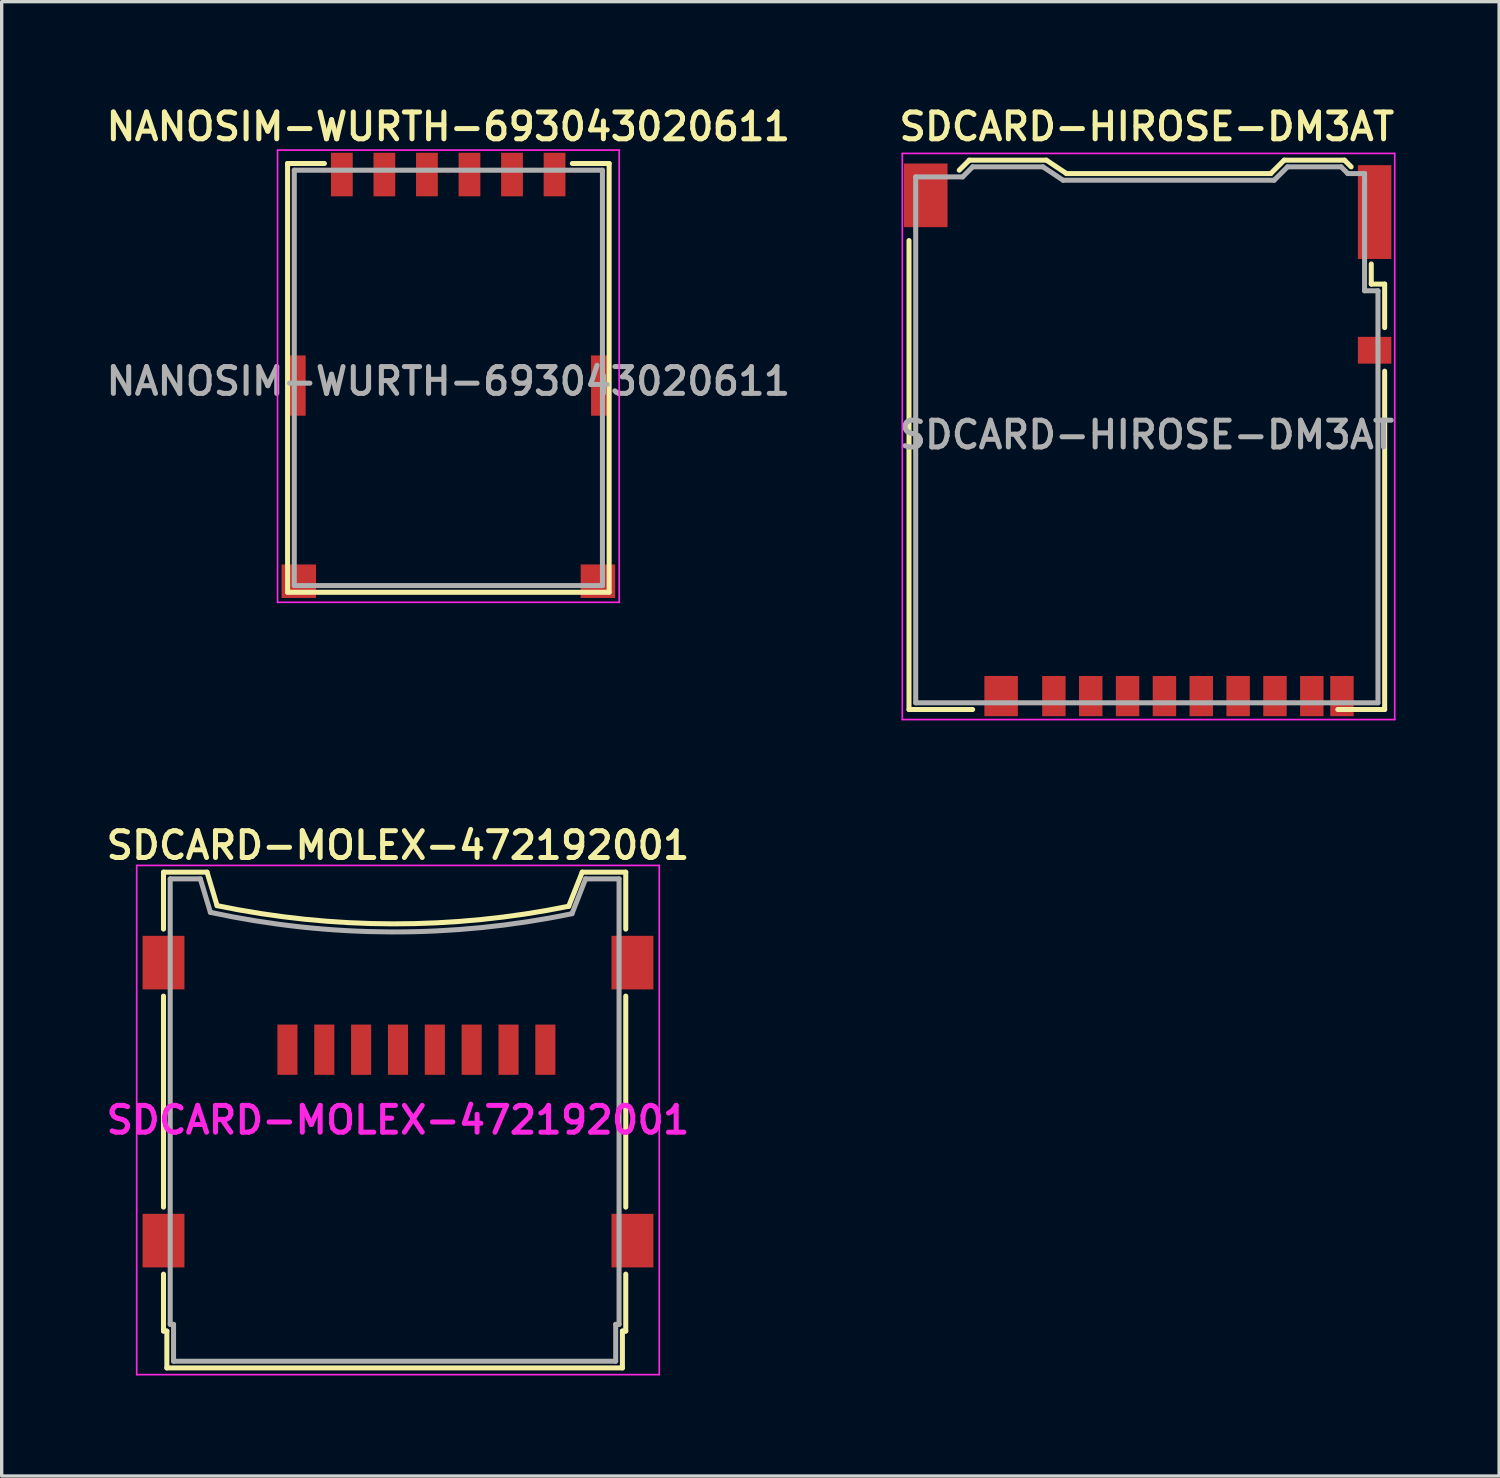
<source format=kicad_pcb>
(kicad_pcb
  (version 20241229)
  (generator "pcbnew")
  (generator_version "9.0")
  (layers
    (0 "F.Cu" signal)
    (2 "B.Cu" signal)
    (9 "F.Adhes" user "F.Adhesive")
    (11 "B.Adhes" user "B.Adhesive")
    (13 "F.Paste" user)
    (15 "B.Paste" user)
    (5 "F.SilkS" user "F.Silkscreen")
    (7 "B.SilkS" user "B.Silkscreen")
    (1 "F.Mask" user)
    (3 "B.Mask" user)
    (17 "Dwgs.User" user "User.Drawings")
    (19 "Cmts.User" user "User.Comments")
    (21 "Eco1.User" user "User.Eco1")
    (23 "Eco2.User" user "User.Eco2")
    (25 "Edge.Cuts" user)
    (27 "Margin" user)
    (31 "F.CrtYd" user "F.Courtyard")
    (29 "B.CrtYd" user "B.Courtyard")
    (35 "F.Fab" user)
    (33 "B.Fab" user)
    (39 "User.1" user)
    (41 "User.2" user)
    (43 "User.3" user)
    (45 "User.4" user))
  (footprint "SDCARD-HIROSE-DM3AT"
    (layer "F.Cu")
    (at 31.187 9.931)
    (property "Reference" "SDCARD-HIROSE-DM3AT" (at 0 -9.2 0) (layer "F.SilkS") (effects (font (size 0.8 0.8) (thickness 0.15))))
    (attr through_hole)
    (fp_line (start -7.1 8.2) (end -7.1 -5.8) (stroke (width 0.15) (type solid)) (layer "F.SilkS"))
    (fp_line (start -7.1 8.2) (end -5.2 8.2) (stroke (width 0.15) (type solid)) (layer "F.SilkS"))
    (fp_line (start -5.3 -8.2) (end -5.6 -7.9) (stroke (width 0.15) (type solid)) (layer "F.SilkS"))
    (fp_line (start -5.3 -8.2) (end -3 -8.2) (stroke (width 0.15) (type solid)) (layer "F.SilkS"))
    (fp_line (start -3 -8.2) (end -2.4 -7.8) (stroke (width 0.15) (type solid)) (layer "F.SilkS"))
    (fp_line (start -2.4 -7.8) (end 3.7 -7.8) (stroke (width 0.15) (type solid)) (layer "F.SilkS"))
    (fp_line (start 3.7 -7.8) (end 4.1 -8.2) (stroke (width 0.15) (type solid)) (layer "F.SilkS"))
    (fp_line (start 4.1 -8.2) (end 5.9 -8.2) (stroke (width 0.15) (type solid)) (layer "F.SilkS"))
    (fp_line (start 5.7 8.2) (end 7.1 8.2) (stroke (width 0.15) (type solid)) (layer "F.SilkS"))
    (fp_line (start 5.9 -8.2) (end 6.1 -8) (stroke (width 0.15) (type solid)) (layer "F.SilkS"))
    (fp_line (start 6.7 -4.5) (end 6.7 -5.1) (stroke (width 0.15) (type solid)) (layer "F.SilkS"))
    (fp_line (start 7.1 -4.5) (end 6.7 -4.5) (stroke (width 0.15) (type solid)) (layer "F.SilkS"))
    (fp_line (start 7.1 -3.2) (end 7.1 -4.5) (stroke (width 0.15) (type solid)) (layer "F.SilkS"))
    (fp_line (start 7.1 -1.9) (end 7.1 8.2) (stroke (width 0.15) (type solid)) (layer "F.SilkS"))
    (fp_line (start -7.3 -8.4) (end 7.4 -8.4) (stroke (width 0.05) (type solid)) (layer "F.CrtYd"))
    (fp_line (start -7.3 8.5) (end -7.3 -8.4) (stroke (width 0.05) (type solid)) (layer "F.CrtYd"))
    (fp_line (start 7.4 -8.4) (end 7.4 8.5) (stroke (width 0.05) (type solid)) (layer "F.CrtYd"))
    (fp_line (start 7.4 8.5) (end -7.3 8.5) (stroke (width 0.05) (type solid)) (layer "F.CrtYd"))
    (fp_line (start -6.9 8) (end -6.9 -7.7) (stroke (width 0.15) (type solid)) (layer "F.Fab"))
    (fp_line (start -5.5 -7.7) (end -6.9 -7.7) (stroke (width 0.15) (type solid)) (layer "F.Fab"))
    (fp_line (start -5.2 -8) (end -5.5 -7.7) (stroke (width 0.15) (type solid)) (layer "F.Fab"))
    (fp_line (start -5.2 -8) (end -3.1 -8) (stroke (width 0.15) (type solid)) (layer "F.Fab"))
    (fp_line (start -3.1 -8) (end -2.5 -7.6) (stroke (width 0.15) (type solid)) (layer "F.Fab"))
    (fp_line (start -2.5 -7.6) (end 3.8 -7.6) (stroke (width 0.15) (type solid)) (layer "F.Fab"))
    (fp_line (start 3.8 -7.6) (end 4.2 -8) (stroke (width 0.15) (type solid)) (layer "F.Fab"))
    (fp_line (start 4.2 -8) (end 5.8 -8) (stroke (width 0.15) (type solid)) (layer "F.Fab"))
    (fp_line (start 5.8 -8) (end 6 -7.8) (stroke (width 0.15) (type solid)) (layer "F.Fab"))
    (fp_line (start 6 -7.8) (end 6.5 -7.8) (stroke (width 0.15) (type solid)) (layer "F.Fab"))
    (fp_line (start 6.5 -4.3) (end 6.5 -7.8) (stroke (width 0.15) (type solid)) (layer "F.Fab"))
    (fp_line (start 6.9 -4.3) (end 6.5 -4.3) (stroke (width 0.15) (type solid)) (layer "F.Fab"))
    (fp_line (start 6.9 8) (end -6.9 8) (stroke (width 0.15) (type solid)) (layer "F.Fab"))
    (fp_line (start 6.9 8) (end 6.9 -4.3) (stroke (width 0.15) (type solid)) (layer "F.Fab"))
    (fp_text user "${REFERENCE}" (at 0 0 0) (layer "F.Fab") (effects (font (size 0.8 0.8) (thickness 0.15))))
    (pad "" smd rect (at -6.6 -7.15) (size 1.3 1.9) (layers "F.Cu" "F.Mask" "F.Paste"))
    (pad "" smd rect (at -4.35 7.8) (size 1 1.2) (layers "F.Cu" "F.Mask" "F.Paste"))
    (pad "" smd rect (at 6.8 -6.65) (size 1 2.8) (layers "F.Cu" "F.Mask" "F.Paste"))
    (pad "1" smd rect (at -2.775 7.8) (size 0.7 1.2) (layers "F.Cu" "F.Mask" "F.Paste"))
    (pad "2" smd rect (at -1.675 7.8) (size 0.7 1.2) (layers "F.Cu" "F.Mask" "F.Paste"))
    (pad "3" smd rect (at -0.575 7.8) (size 0.7 1.2) (layers "F.Cu" "F.Mask" "F.Paste"))
    (pad "4" smd rect (at 0.525 7.8) (size 0.7 1.2) (layers "F.Cu" "F.Mask" "F.Paste"))
    (pad "5" smd rect (at 1.625 7.8) (size 0.7 1.2) (layers "F.Cu" "F.Mask" "F.Paste"))
    (pad "6" smd rect (at 2.725 7.8) (size 0.7 1.2) (layers "F.Cu" "F.Mask" "F.Paste"))
    (pad "7" smd rect (at 3.825 7.8) (size 0.7 1.2) (layers "F.Cu" "F.Mask" "F.Paste"))
    (pad "8" smd rect (at 4.925 7.8) (size 0.7 1.2) (layers "F.Cu" "F.Mask" "F.Paste"))
    (pad "9" smd rect (at 5.825 7.8) (size 0.7 1.2) (layers "F.Cu" "F.Mask" "F.Paste"))
    (pad "10" smd rect (at 6.8 -2.525) (size 1 0.8) (layers "F.Cu" "F.Mask" "F.Paste")))
  (footprint "SDCARD-MOLEX-472192001"
    (layer "F.Cu")
    (at 8.831 30.387)
    (property "Reference" "SDCARD-MOLEX-472192001" (at 0 -8.2 0) (layer "F.SilkS") (effects (font (size 0.8 0.8) (thickness 0.15))))
    (attr through_hole)
    (fp_line (start -7 -7.4) (end -7 -5.7) (stroke (width 0.15) (type solid)) (layer "F.SilkS"))
    (fp_line (start -7 -7.4) (end -5.7 -7.4) (stroke (width 0.15) (type solid)) (layer "F.SilkS"))
    (fp_line (start -7 -3.7) (end -7 2.6) (stroke (width 0.15) (type solid)) (layer "F.SilkS"))
    (fp_line (start -7 4.6) (end -7 6.3) (stroke (width 0.15) (type solid)) (layer "F.SilkS"))
    (fp_line (start -7 6.3) (end -6.9 6.3) (stroke (width 0.15) (type solid)) (layer "F.SilkS"))
    (fp_line (start -6.9 6.3) (end -6.9 7.4) (stroke (width 0.15) (type solid)) (layer "F.SilkS"))
    (fp_line (start -6.9 7.4) (end 6.7 7.4) (stroke (width 0.15) (type solid)) (layer "F.SilkS"))
    (fp_line (start -5.7 -7.4) (end -5.4 -6.4) (stroke (width 0.15) (type solid)) (layer "F.SilkS"))
    (fp_line (start 5.5 -7.4) (end 5.096 -6.382) (stroke (width 0.15) (type solid)) (layer "F.SilkS"))
    (fp_line (start 5.5 -7.4) (end 6.8 -7.4) (stroke (width 0.15) (type solid)) (layer "F.SilkS"))
    (fp_line (start 6.7 6.3) (end 6.7 7.4) (stroke (width 0.15) (type solid)) (layer "F.SilkS"))
    (fp_line (start 6.7 6.3) (end 6.8 6.3) (stroke (width 0.15) (type solid)) (layer "F.SilkS"))
    (fp_line (start 6.8 -7.4) (end 6.8 -5.7) (stroke (width 0.15) (type solid)) (layer "F.SilkS"))
    (fp_line (start 6.8 -3.7) (end 6.8 2.6) (stroke (width 0.15) (type solid)) (layer "F.SilkS"))
    (fp_line (start 6.8 4.6) (end 6.8 6.3) (stroke (width 0.15) (type solid)) (layer "F.SilkS"))
    (fp_arc (start 5.095567 -6.381862) (mid -0.15314 -5.856732) (end -5.4 -6.4) (stroke (width 0.15) (type solid)) (layer "F.SilkS"))
    (fp_line (start -7.8 -7.6) (end 7.8 -7.6) (stroke (width 0.05) (type solid)) (layer "F.CrtYd"))
    (fp_line (start -7.8 7.6) (end -7.8 -7.6) (stroke (width 0.05) (type solid)) (layer "F.CrtYd"))
    (fp_line (start 7.8 -7.6) (end 7.8 7.6) (stroke (width 0.05) (type solid)) (layer "F.CrtYd"))
    (fp_line (start 7.8 7.6) (end -7.8 7.6) (stroke (width 0.05) (type solid)) (layer "F.CrtYd"))
    (fp_line (start -6.8 -7.2) (end -6.8 6.1) (stroke (width 0.15) (type solid)) (layer "F.Fab"))
    (fp_line (start -6.8 -7.2) (end -5.9 -7.2) (stroke (width 0.15) (type solid)) (layer "F.Fab"))
    (fp_line (start -6.8 6.1) (end -6.7 6.1) (stroke (width 0.15) (type solid)) (layer "F.Fab"))
    (fp_line (start -6.7 6.1) (end -6.7 7.2) (stroke (width 0.15) (type solid)) (layer "F.Fab"))
    (fp_line (start -6.7 7.2) (end 6.5 7.2) (stroke (width 0.15) (type solid)) (layer "F.Fab"))
    (fp_line (start -5.9 -7.2) (end -5.6 -6.2) (stroke (width 0.15) (type solid)) (layer "F.Fab"))
    (fp_line (start 5.6 -7.2) (end 5.195 -6.16) (stroke (width 0.15) (type solid)) (layer "F.Fab"))
    (fp_line (start 6.5 6.1) (end 6.6 6.1) (stroke (width 0.15) (type solid)) (layer "F.Fab"))
    (fp_line (start 6.5 7.2) (end 6.5 6.1) (stroke (width 0.15) (type solid)) (layer "F.Fab"))
    (fp_line (start 6.6 -7.2) (end 5.6 -7.2) (stroke (width 0.15) (type solid)) (layer "F.Fab"))
    (fp_line (start 6.6 6.1) (end 6.6 -7.2) (stroke (width 0.15) (type solid)) (layer "F.Fab"))
    (fp_arc (start 5.195161 -6.160116) (mid -0.204505 -5.615497) (end -5.6 -6.2) (stroke (width 0.15) (type solid)) (layer "F.Fab"))
    (fp_text user "${REFERENCE}" (at 0 0 0) (layer "F.CrtYd") (effects (font (size 0.8 0.8) (thickness 0.15))))
    (pad "1" smd rect (at -3.3 -2.1) (size 0.6 1.5) (layers "F.Cu" "F.Mask" "F.Paste"))
    (pad "2" smd rect (at -2.2 -2.1) (size 0.6 1.5) (layers "F.Cu" "F.Mask" "F.Paste"))
    (pad "3" smd rect (at -1.1 -2.1) (size 0.6 1.5) (layers "F.Cu" "F.Mask" "F.Paste"))
    (pad "4" smd rect (at 0 -2.1) (size 0.6 1.5) (layers "F.Cu" "F.Mask" "F.Paste"))
    (pad "5" smd rect (at 1.1 -2.1) (size 0.6 1.5) (layers "F.Cu" "F.Mask" "F.Paste"))
    (pad "6" smd rect (at 2.2 -2.1) (size 0.6 1.5) (layers "F.Cu" "F.Mask" "F.Paste"))
    (pad "7" smd rect (at 3.3 -2.1) (size 0.6 1.5) (layers "F.Cu" "F.Mask" "F.Paste"))
    (pad "8" smd rect (at 4.4 -2.1) (size 0.6 1.5) (layers "F.Cu" "F.Mask" "F.Paste"))
    (pad "9" smd rect (at -7 -4.7) (size 1.25 1.6) (layers "F.Cu" "F.Mask" "F.Paste"))
    (pad "9" smd rect (at -7 3.6) (size 1.25 1.6) (layers "F.Cu" "F.Mask" "F.Paste"))
    (pad "9" smd rect (at 7 -4.7) (size 1.25 1.6) (layers "F.Cu" "F.Mask" "F.Paste"))
    (pad "9" smd rect (at 7 3.6) (size 1.25 1.6) (layers "F.Cu" "F.Mask" "F.Paste")))
  (footprint "NANOSIM-WURTH-693043020611"
    (layer "F.Cu")
    (at 10.335 8.231)
    (property "Reference" "NANOSIM-WURTH-693043020611" (at 0 -7.5 0) (layer "F.SilkS") (effects (font (size 0.8 0.8) (thickness 0.15))))
    (attr through_hole)
    (fp_line (start -4.8 -6.4) (end -4.8 6.4) (stroke (width 0.15) (type solid)) (layer "F.SilkS"))
    (fp_line (start -4.8 -6.4) (end -3.7 -6.4) (stroke (width 0.15) (type solid)) (layer "F.SilkS"))
    (fp_line (start -4.8 6.4) (end 4.8 6.4) (stroke (width 0.15) (type solid)) (layer "F.SilkS"))
    (fp_line (start 4.8 -6.4) (end 3.7 -6.4) (stroke (width 0.15) (type solid)) (layer "F.SilkS"))
    (fp_line (start 4.8 6.4) (end 4.8 -6.4) (stroke (width 0.15) (type solid)) (layer "F.SilkS"))
    (fp_line (start -5.1 -6.8) (end 5.1 -6.8) (stroke (width 0.05) (type solid)) (layer "F.CrtYd"))
    (fp_line (start -5.1 6.7) (end -5.1 -6.8) (stroke (width 0.05) (type solid)) (layer "F.CrtYd"))
    (fp_line (start 5.1 -6.8) (end 5.1 6.7) (stroke (width 0.05) (type solid)) (layer "F.CrtYd"))
    (fp_line (start 5.1 6.7) (end -5.1 6.7) (stroke (width 0.05) (type solid)) (layer "F.CrtYd"))
    (fp_line (start -4.6 -6.2) (end -4.6 6.2) (stroke (width 0.15) (type solid)) (layer "F.Fab"))
    (fp_line (start -4.6 6.2) (end 4.6 6.2) (stroke (width 0.15) (type solid)) (layer "F.Fab"))
    (fp_line (start 4.6 -6.2) (end -4.6 -6.2) (stroke (width 0.15) (type solid)) (layer "F.Fab"))
    (fp_line (start 4.6 6.2) (end 4.6 -6.2) (stroke (width 0.15) (type solid)) (layer "F.Fab"))
    (fp_text user "${REFERENCE}" (at 0 0.1 0) (layer "F.Fab") (effects (font (size 0.8 0.8) (thickness 0.15))))
    (pad "" smd rect (at -4.5 0.23) (size 0.48 1.8) (layers "F.Cu" "F.Mask" "F.Paste"))
    (pad "" smd rect (at -4.465 6.07) (size 1.03 1) (layers "F.Cu" "F.Mask" "F.Paste"))
    (pad "" smd rect (at 4.465 6.07) (size 1.03 1) (layers "F.Cu" "F.Mask" "F.Paste"))
    (pad "" smd rect (at 4.5 0.23) (size 0.48 1.8) (layers "F.Cu" "F.Mask" "F.Paste"))
    (pad "C1" smd rect (at -1.91 -6.07) (size 0.65 1.3) (layers "F.Cu" "F.Mask" "F.Paste"))
    (pad "C2" smd rect (at 0.63 -6.07) (size 0.65 1.3) (layers "F.Cu" "F.Mask" "F.Paste"))
    (pad "C3" smd rect (at 1.9 -6.07) (size 0.65 1.3) (layers "F.Cu" "F.Mask" "F.Paste"))
    (pad "C5" smd rect (at -3.18 -6.07) (size 0.65 1.3) (layers "F.Cu" "F.Mask" "F.Paste"))
    (pad "C6" smd rect (at -0.64 -6.07) (size 0.65 1.3) (layers "F.Cu" "F.Mask" "F.Paste"))
    (pad "C7" smd rect (at 3.17 -6.07) (size 0.65 1.3) (layers "F.Cu" "F.Mask" "F.Paste")))
  (gr_rect
    (start -3 -3)
    (end 41.704 41.013)
    (stroke (width 0.1) (type default))
    (fill no)
    (layer "Edge.Cuts")))
</source>
